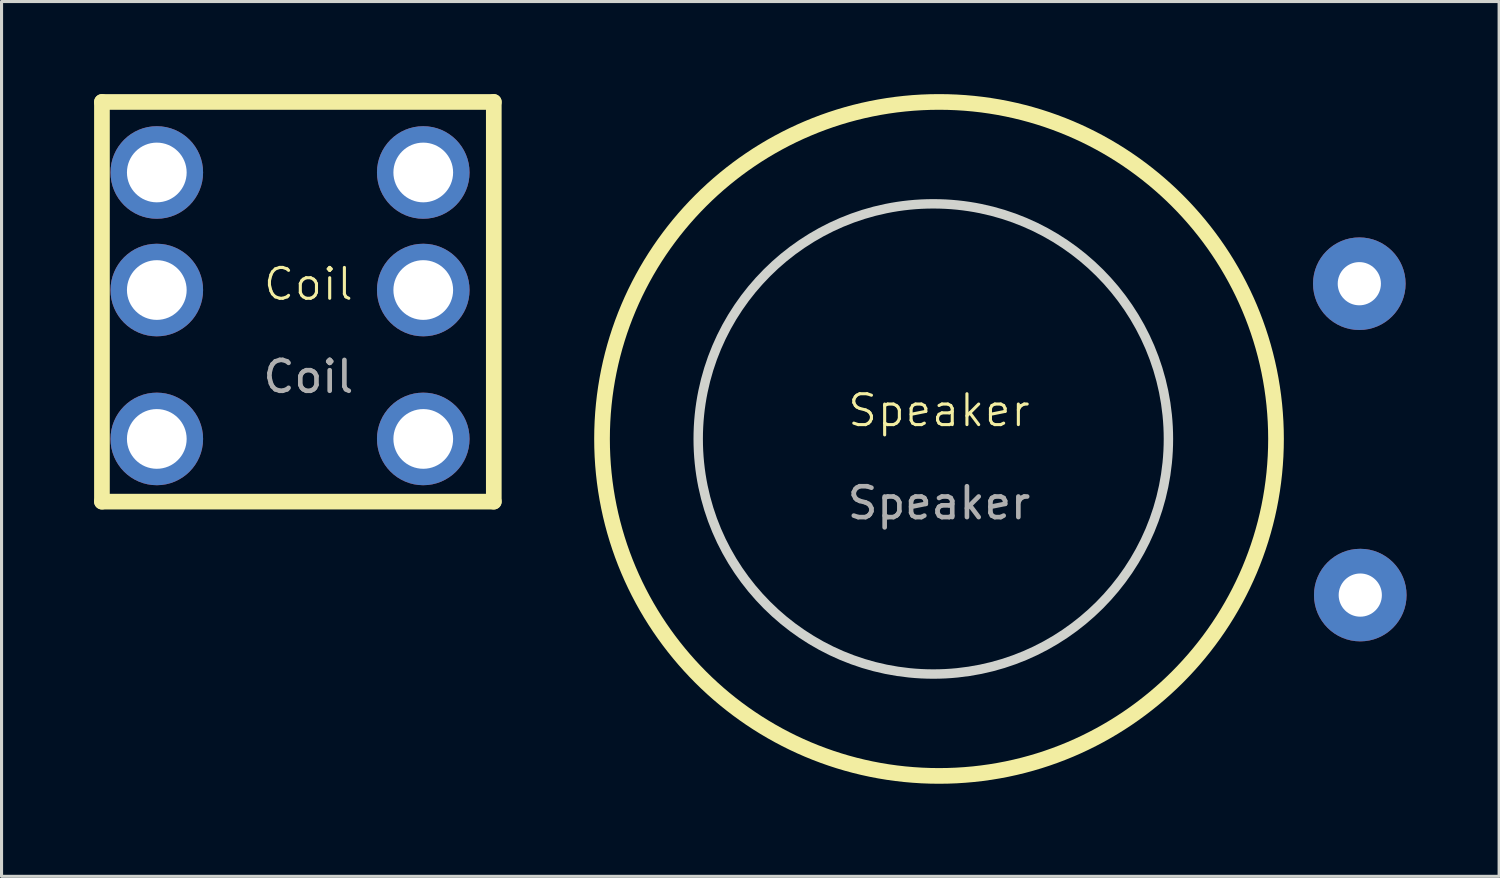
<source format=kicad_pcb>
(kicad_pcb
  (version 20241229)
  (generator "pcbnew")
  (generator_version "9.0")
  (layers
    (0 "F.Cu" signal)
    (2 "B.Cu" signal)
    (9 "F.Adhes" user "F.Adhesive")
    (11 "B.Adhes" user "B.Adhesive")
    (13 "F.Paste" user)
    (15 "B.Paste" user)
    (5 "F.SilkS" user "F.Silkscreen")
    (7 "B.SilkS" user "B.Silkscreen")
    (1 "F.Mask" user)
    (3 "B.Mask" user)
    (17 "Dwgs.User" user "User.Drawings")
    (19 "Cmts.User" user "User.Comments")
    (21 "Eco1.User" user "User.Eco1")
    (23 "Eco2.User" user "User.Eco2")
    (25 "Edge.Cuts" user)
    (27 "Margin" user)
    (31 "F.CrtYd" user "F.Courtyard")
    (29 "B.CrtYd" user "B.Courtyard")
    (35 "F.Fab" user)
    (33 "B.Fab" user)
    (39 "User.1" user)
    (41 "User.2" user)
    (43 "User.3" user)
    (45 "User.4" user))
  (footprint "Speaker"
    (layer "F.Cu")
    (at 27.384 10.754)
    (property "Reference" "Speaker" (at 0 -0.5 0) (unlocked yes) (layer "F.SilkS") (effects (font (size 1 1) (thickness 0.1))))
    (attr smd)
    (fp_circle (center 0 0.422) (end 10.922 0.422) (stroke (width 0.508) (type solid)) (fill no) (layer "F.SilkS"))
    (fp_circle (center -0.185 0.422) (end 7.435 0.422) (stroke (width 0.305) (type solid)) (fill no) (layer "Edge.Cuts"))
    (fp_text user "${REFERENCE}" (at 0 2.5 0) (unlocked yes) (layer "F.Fab") (effects (font (size 1 1) (thickness 0.15))))
    (pad "1" thru_hole circle (at 13.622 -4.609) (size 3 3) (drill 1.4) (layers "*.Cu" "*.Mask"))
    (pad "2" thru_hole circle (at 13.653 5.483) (size 3 3) (drill 1.4) (layers "*.Cu" "*.Mask")))
  (footprint "Coil"
    (layer "F.Cu")
    (at 6.945 6.66)
    (property "Reference" "Coil" (at 0 -0.5 0) (unlocked yes) (layer "F.SilkS") (effects (font (size 1 1) (thickness 0.1))))
    (attr smd)
    (fp_line (start -6.691 -6.406) (end 6.009 -6.406) (stroke (width 0.508) (type solid)) (layer "F.SilkS"))
    (fp_line (start -6.691 6.548) (end -6.691 -6.406) (stroke (width 0.508) (type solid)) (layer "F.SilkS"))
    (fp_line (start 6.009 -6.406) (end 6.009 6.548) (stroke (width 0.508) (type solid)) (layer "F.SilkS"))
    (fp_line (start 6.009 6.548) (end -6.691 6.548) (stroke (width 0.508) (type solid)) (layer "F.SilkS"))
    (fp_text user "${REFERENCE}" (at 0 2.5 0) (unlocked yes) (layer "F.Fab") (effects (font (size 1 1) (thickness 0.15))))
    (pad "1" thru_hole circle (at -4.913 -4.12 90) (size 3 3) (drill 1.935) (layers "*.Cu" "*.Mask"))
    (pad "2" thru_hole oval (at -4.913 4.516 90) (size 3 3) (drill 1.935) (layers "*.Cu" "*.Mask"))
    (pad "3" thru_hole circle (at 3.723 4.516 90) (size 3 3) (drill 1.935) (layers "*.Cu" "*.Mask"))
    (pad "4" thru_hole circle (at 3.723 -4.12 90) (size 3 3) (drill 1.935) (layers "*.Cu" "*.Mask"))
    (pad "5" thru_hole circle (at 3.723 -0.31 90) (size 3 3) (drill 1.935) (layers "*.Cu" "*.Mask"))
    (pad "6" thru_hole circle (at -4.913 -0.31 90) (size 3 3) (drill 1.935) (layers "*.Cu" "*.Mask")))
  (gr_rect
    (start -3 -3)
    (end 45.537 25.352)
    (stroke (width 0.1) (type default))
    (fill no)
    (layer "Edge.Cuts")))
</source>
